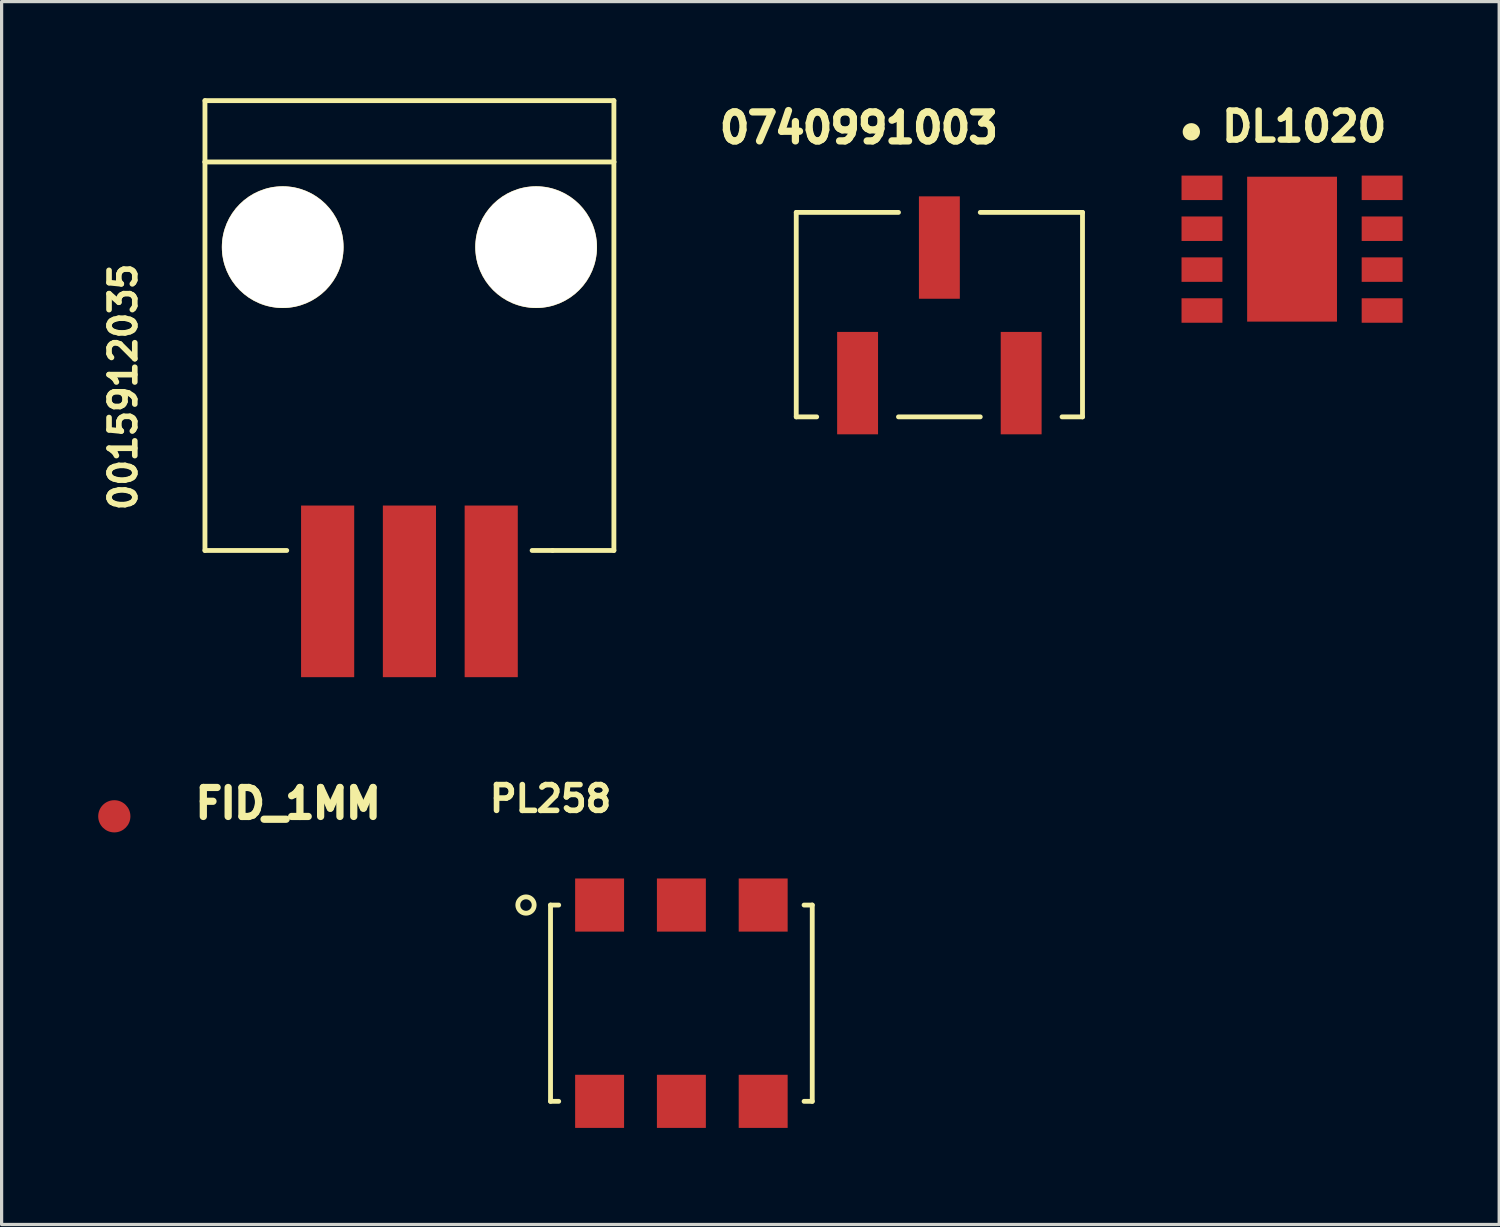
<source format=kicad_pcb>
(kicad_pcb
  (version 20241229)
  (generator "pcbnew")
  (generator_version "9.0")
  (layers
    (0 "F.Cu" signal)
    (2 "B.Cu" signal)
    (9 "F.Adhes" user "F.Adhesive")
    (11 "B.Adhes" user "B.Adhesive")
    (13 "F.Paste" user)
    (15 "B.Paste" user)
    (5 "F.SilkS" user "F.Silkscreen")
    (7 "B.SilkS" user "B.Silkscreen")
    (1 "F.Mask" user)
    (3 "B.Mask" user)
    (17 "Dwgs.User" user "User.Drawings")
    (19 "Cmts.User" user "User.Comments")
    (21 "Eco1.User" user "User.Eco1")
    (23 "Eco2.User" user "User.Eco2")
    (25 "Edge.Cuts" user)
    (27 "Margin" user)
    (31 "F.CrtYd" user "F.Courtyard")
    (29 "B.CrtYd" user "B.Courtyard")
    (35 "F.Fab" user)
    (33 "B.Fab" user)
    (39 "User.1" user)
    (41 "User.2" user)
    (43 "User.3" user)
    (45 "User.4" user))
  (footprint "0740991003"
    (layer "F.Cu")
    (at 26.123 6.721)
    (property "Reference" "0740991003" (at -2.5 -5.8 0) (layer "F.SilkS") (effects (font (size 0.9 0.9) (thickness 0.225))))
    (attr through_hole)
    (fp_line (start -4.445 -3.175) (end -1.27 -3.175) (stroke (width 0.15) (type solid)) (layer "F.SilkS"))
    (fp_line (start -4.445 3.175) (end -4.445 -3.175) (stroke (width 0.15) (type solid)) (layer "F.SilkS"))
    (fp_line (start -3.81 3.175) (end -4.445 3.175) (stroke (width 0.15) (type solid)) (layer "F.SilkS"))
    (fp_line (start -1.27 3.175) (end 1.27 3.175) (stroke (width 0.15) (type solid)) (layer "F.SilkS"))
    (fp_line (start 1.27 -3.175) (end 4.445 -3.175) (stroke (width 0.15) (type solid)) (layer "F.SilkS"))
    (fp_line (start 4.445 -3.175) (end 4.445 3.175) (stroke (width 0.15) (type solid)) (layer "F.SilkS"))
    (fp_line (start 4.445 3.175) (end 3.81 3.175) (stroke (width 0.15) (type solid)) (layer "F.SilkS"))
    (pad "1" smd rect (at -2.54 2.127) (size 1.27 3.18) (layers "F.Cu" "F.Mask" "F.Paste"))
    (pad "2" smd rect (at 0 -2.083) (size 1.27 3.18) (layers "F.Cu" "F.Mask" "F.Paste"))
    (pad "3" smd rect (at 2.54 2.127) (size 1.27 3.18) (layers "F.Cu" "F.Mask" "F.Paste")))
  (footprint "DL1020"
    (layer "F.Cu")
    (at 36.818 4.688)
    (property "Reference" "DL1020" (at 0.635 -3.81 0) (layer "F.SilkS") (effects (font (size 0.9 0.9) (thickness 0.2))))
    (attr through_hole)
    (fp_circle (center -2.87 -3.645) (end -3.035 -3.747) (stroke (width 0.15) (type solid)) (fill no) (layer "F.SilkS"))
    (fp_circle (center -2.87 -3.645) (end -2.946 -3.683) (stroke (width 0.15) (type solid)) (fill no) (layer "F.SilkS"))
    (fp_circle (center -2.832 -3.632) (end -2.857 -3.645) (stroke (width 0.15) (type solid)) (fill no) (layer "F.SilkS"))
    (pad "1" smd rect (at -2.54 -1.905 270) (size 0.76 1.27) (layers "F.Cu" "F.Mask" "F.Paste"))
    (pad "2" smd rect (at -2.54 -0.635 270) (size 0.76 1.27) (layers "F.Cu" "F.Mask" "F.Paste"))
    (pad "3" smd rect (at -2.54 0.635 270) (size 0.76 1.27) (layers "F.Cu" "F.Mask" "F.Paste"))
    (pad "4" smd rect (at -2.54 1.905 270) (size 0.76 1.27) (layers "F.Cu" "F.Mask" "F.Paste"))
    (pad "5" smd rect (at 3.055 1.905 270) (size 0.76 1.27) (layers "F.Cu" "F.Mask" "F.Paste"))
    (pad "6" smd rect (at 3.055 0.635 270) (size 0.76 1.27) (layers "F.Cu" "F.Mask" "F.Paste"))
    (pad "7" smd rect (at 3.055 -0.635 270) (size 0.76 1.27) (layers "F.Cu" "F.Mask" "F.Paste"))
    (pad "8" smd rect (at 3.055 -1.905 270) (size 0.76 1.27) (layers "F.Cu" "F.Mask" "F.Paste"))
    (pad "EP" smd rect (at 0.258 0 270) (size 4.5 2.79) (layers "F.Cu" "F.Mask" "F.Paste")))
  (footprint "PL258"
    (layer "F.Cu")
    (at 18.111 28.105)
    (property "Reference" "PL258" (at -4.064 -6.35 0) (layer "F.SilkS") (effects (font (size 0.8 0.8) (thickness 0.175))))
    (attr through_hole)
    (fp_line (start -4.064 -3.048) (end -4.064 3.048) (stroke (width 0.15) (type solid)) (layer "F.SilkS"))
    (fp_line (start -4.064 3.048) (end -3.81 3.048) (stroke (width 0.15) (type solid)) (layer "F.SilkS"))
    (fp_line (start -3.81 -3.048) (end -4.064 -3.048) (stroke (width 0.15) (type solid)) (layer "F.SilkS"))
    (fp_line (start 3.81 3.048) (end 4.064 3.048) (stroke (width 0.15) (type solid)) (layer "F.SilkS"))
    (fp_line (start 4.064 -3.048) (end 3.81 -3.048) (stroke (width 0.15) (type solid)) (layer "F.SilkS"))
    (fp_line (start 4.064 3.048) (end 4.064 -3.048) (stroke (width 0.15) (type solid)) (layer "F.SilkS"))
    (fp_circle (center -4.826 -3.048) (end -5.08 -3.048) (stroke (width 0.15) (type solid)) (fill no) (layer "F.SilkS"))
    (pad "1" smd rect (at -2.54 -3.048) (size 1.52 1.65) (layers "F.Cu" "F.Mask" "F.Paste"))
    (pad "2" smd rect (at 0 -3.048) (size 1.52 1.65) (layers "F.Cu" "F.Mask" "F.Paste"))
    (pad "3" smd rect (at 2.54 -3.048) (size 1.52 1.65) (layers "F.Cu" "F.Mask" "F.Paste"))
    (pad "4" smd rect (at 2.54 3.048) (size 1.52 1.65) (layers "F.Cu" "F.Mask" "F.Paste"))
    (pad "5" smd rect (at 0 3.048) (size 1.52 1.65) (layers "F.Cu" "F.Mask" "F.Paste"))
    (pad "6" smd rect (at -2.54 3.048) (size 1.52 1.65) (layers "F.Cu" "F.Mask" "F.Paste")))
  (footprint "FID_1MM"
    (layer "F.Cu")
    (at 0.5 22.301)
    (property "Reference" "FID_1MM" (at 5.4 -0.4 0) (layer "F.SilkS") (effects (font (size 0.9 0.9) (thickness 0.225))))
    (attr through_hole)
    (pad "1" smd circle (at 0 0) (size 1 1) (layers "F.Cu" "F.Mask")))
  (footprint "0015912035"
    (layer "F.Cu")
    (at 9.665 15.315)
    (property "Reference" "0015912035" (at -8.89 -6.35 90) (layer "F.SilkS") (effects (font (size 0.8 0.8) (thickness 0.175))))
    (attr through_hole)
    (fp_line (start -6.35 -15.24) (end -6.35 -13.335) (stroke (width 0.15) (type solid)) (layer "F.SilkS"))
    (fp_line (start -6.35 -13.335) (end -6.35 -1.27) (stroke (width 0.15) (type solid)) (layer "F.SilkS"))
    (fp_line (start -6.35 -1.27) (end -3.81 -1.27) (stroke (width 0.15) (type solid)) (layer "F.SilkS"))
    (fp_line (start 3.81 -1.27) (end 4.445 -1.27) (stroke (width 0.15) (type solid)) (layer "F.SilkS"))
    (fp_line (start 4.445 -1.27) (end 6.35 -1.27) (stroke (width 0.15) (type solid)) (layer "F.SilkS"))
    (fp_line (start 6.35 -15.24) (end -6.35 -15.24) (stroke (width 0.15) (type solid)) (layer "F.SilkS"))
    (fp_line (start 6.35 -15.24) (end 6.35 -13.335) (stroke (width 0.15) (type solid)) (layer "F.SilkS"))
    (fp_line (start 6.35 -13.335) (end -6.35 -13.335) (stroke (width 0.15) (type solid)) (layer "F.SilkS"))
    (fp_line (start 6.35 -1.27) (end 6.35 -13.335) (stroke (width 0.15) (type solid)) (layer "F.SilkS"))
    (pad "1" smd rect (at -2.54 0) (size 1.65 5.33) (layers "F.Cu" "F.Mask" "F.Paste"))
    (pad "2" smd rect (at 0 0) (size 1.65 5.33) (layers "F.Cu" "F.Mask" "F.Paste"))
    (pad "3" smd rect (at 2.54 0) (size 1.65 5.33) (layers "F.Cu" "F.Mask" "F.Paste"))
    (pad "4" thru_hole circle (at -3.935 -10.69) (size 3.78 3.78) (drill 3.76) (layers "*.Cu" "*.Mask" "F.SilkS"))
    (pad "5" thru_hole circle (at 3.935 -10.69) (size 3.78 3.78) (drill 3.76) (layers "*.Cu" "*.Mask" "F.SilkS")))
  (gr_rect
    (start -3 -3)
    (end 43.508 34.978)
    (stroke (width 0.1) (type default))
    (fill no)
    (layer "Edge.Cuts")))
</source>
